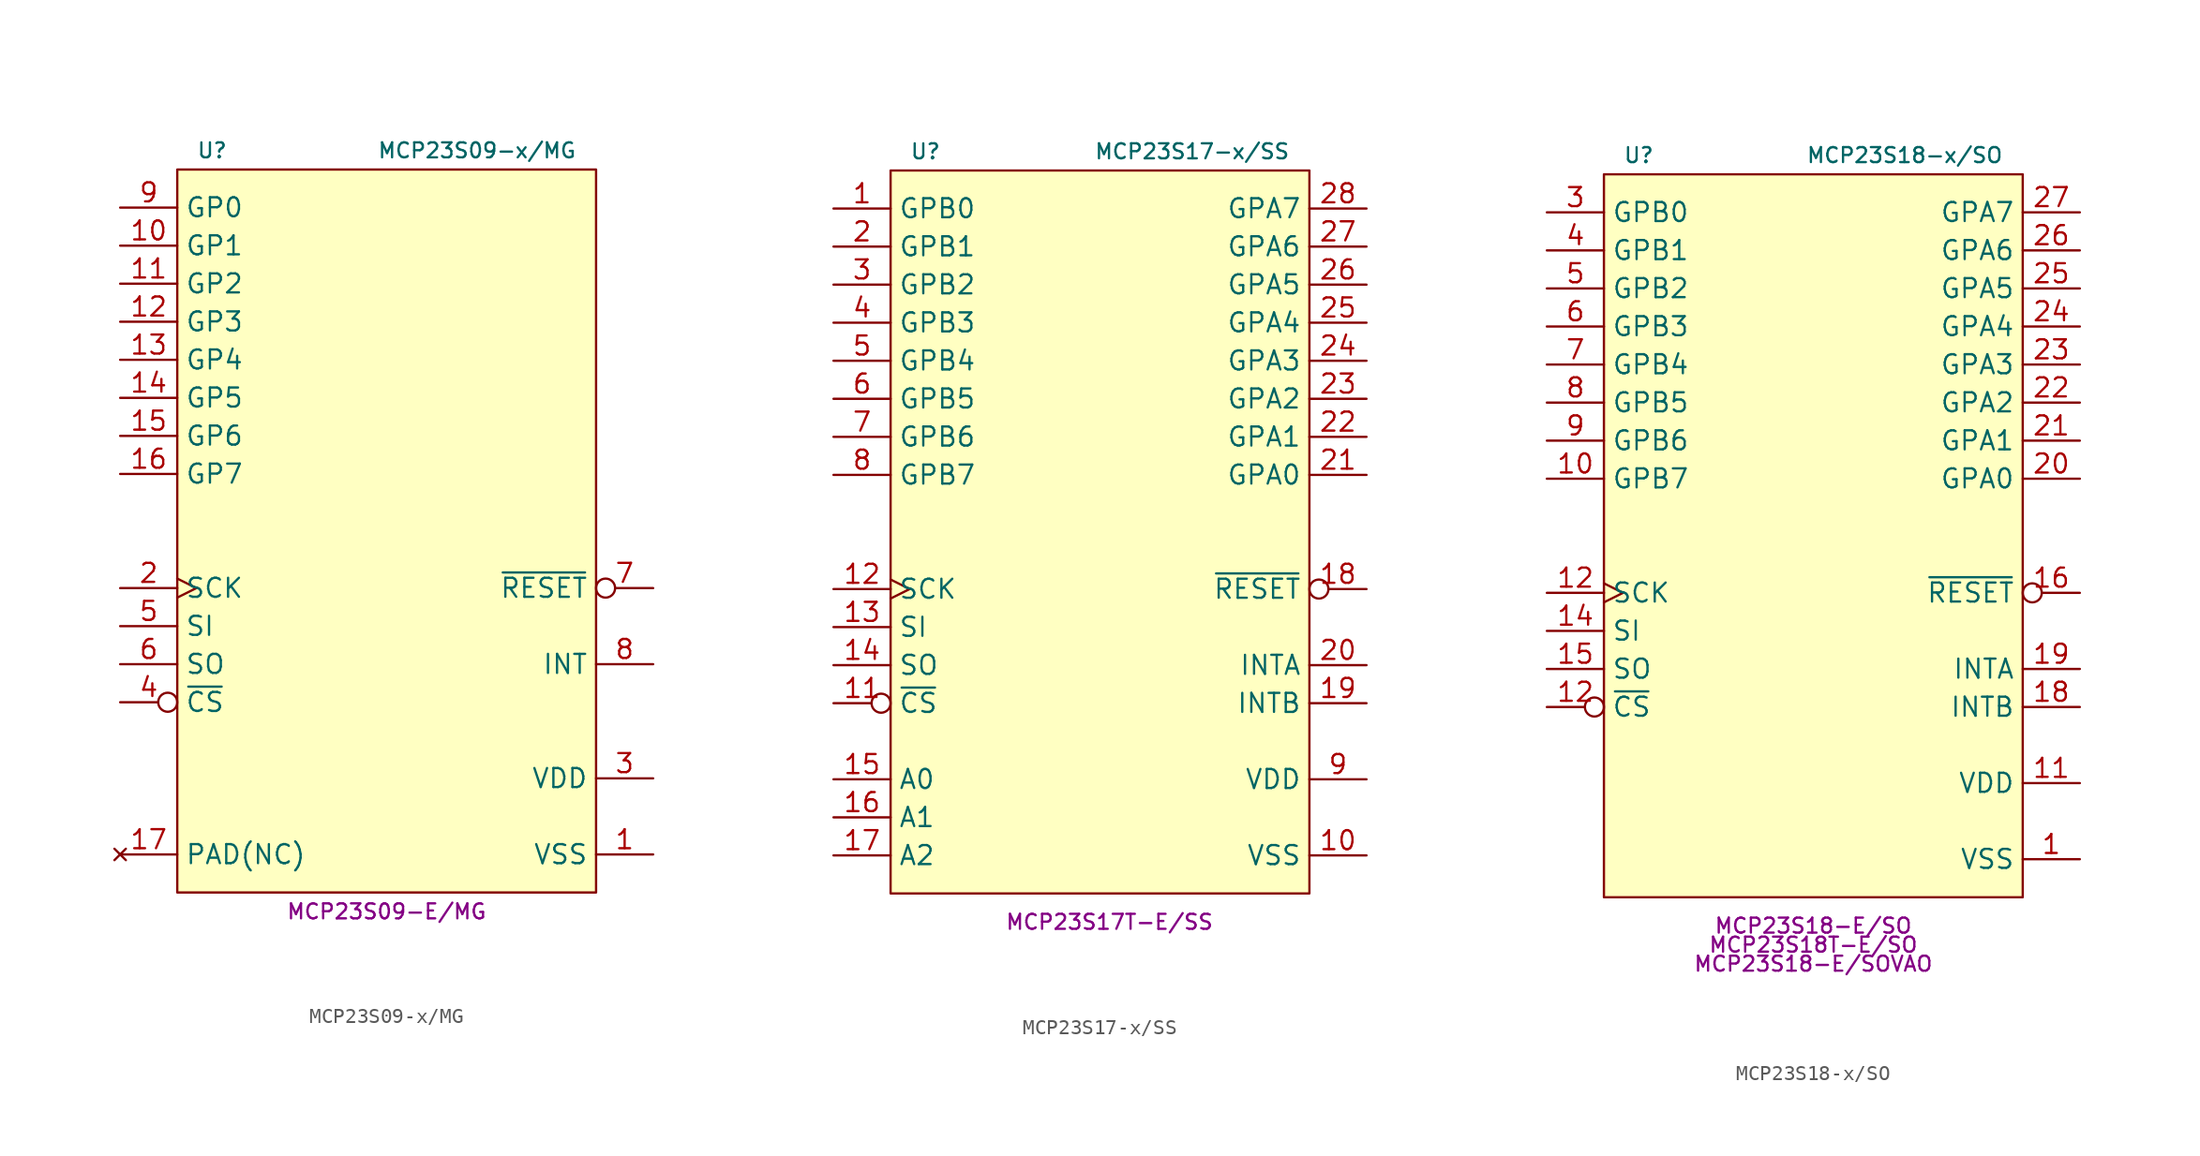
<source format=kicad_sym>
(kicad_symbol_lib
  (version 20231120)
  (generator "kicad_symbol_editor")
  (generator_version "8.0")
  (symbol "MCP23S09-x/MG"
    (property "Reference" "U"
      (at -12.7 25.4 0)
      (do_not_autoplace)
      (effects (font (size 1 1)) (justify left)))
    (property "Value" "MCP23S09-x/MG"
      (at 12.7 25.4 0)
      (do_not_autoplace)
      (effects (font (size 1 1)) (justify right)))
    (property "MPN" "MCP23S09-E/MG"
      (at 0 -25.4 0)
      (do_not_autoplace)
      (effects (font (size 1 1))))
    (symbol "MCP23S09-x/MG_1_1"
      (rectangle (start -13.97 24.13) (end 13.97 -24.13) (stroke (width 0) (type default)) (fill (type background)))
      (pin power_in line (at 17.78 -21.59 180) (length 3.81) (name "VSS" (effects (font (size 1.27 1.27)))) (number "1" (effects (font (size 1.27 1.27)))))
      (pin open_collector line (at -17.78 19.05 0) (length 3.81) (name "GP1" (effects (font (size 1.27 1.27)))) (number "10" (effects (font (size 1.27 1.27)))))
      (pin open_collector line (at -17.78 16.51 0) (length 3.81) (name "GP2" (effects (font (size 1.27 1.27)))) (number "11" (effects (font (size 1.27 1.27)))))
      (pin open_collector line (at -17.78 13.97 0) (length 3.81) (name "GP3" (effects (font (size 1.27 1.27)))) (number "12" (effects (font (size 1.27 1.27)))))
      (pin open_collector line (at -17.78 11.43 0) (length 3.81) (name "GP4" (effects (font (size 1.27 1.27)))) (number "13" (effects (font (size 1.27 1.27)))))
      (pin open_collector line (at -17.78 8.89 0) (length 3.81) (name "GP5" (effects (font (size 1.27 1.27)))) (number "14" (effects (font (size 1.27 1.27)))))
      (pin open_collector line (at -17.78 6.35 0) (length 3.81) (name "GP6" (effects (font (size 1.27 1.27)))) (number "15" (effects (font (size 1.27 1.27)))))
      (pin open_collector line (at -17.78 3.81 0) (length 3.81) (name "GP7" (effects (font (size 1.27 1.27)))) (number "16" (effects (font (size 1.27 1.27)))))
      (pin no_connect line (at -17.78 -21.59 0) (length 3.81) (name "PAD(NC)" (effects (font (size 1.27 1.27)))) (number "17" (effects (font (size 1.27 1.27)))))
      (pin input clock (at -17.78 -3.81 0) (length 3.81) (name "SCK" (effects (font (size 1.27 1.27)))) (number "2" (effects (font (size 1.27 1.27)))))
      (pin power_in line (at 17.78 -16.51 180) (length 3.81) (name "VDD" (effects (font (size 1.27 1.27)))) (number "3" (effects (font (size 1.27 1.27)))))
      (pin input inverted (at -17.78 -11.43 0) (length 3.81) (name "~{CS}" (effects (font (size 1.27 1.27)))) (number "4" (effects (font (size 1.27 1.27)))))
      (pin input line (at -17.78 -6.35 0) (length 3.81) (name "SI" (effects (font (size 1.27 1.27)))) (number "5" (effects (font (size 1.27 1.27)))))
      (pin output line (at -17.78 -8.89 0) (length 3.81) (name "SO" (effects (font (size 1.27 1.27)))) (number "6" (effects (font (size 1.27 1.27)))))
      (pin input inverted (at 17.78 -3.81 180) (length 3.81) (name "~{RESET}" (effects (font (size 1.27 1.27)))) (number "7" (effects (font (size 1.27 1.27)))))
      (pin output line (at 17.78 -8.89 180) (length 3.81) (name "INT" (effects (font (size 1.27 1.27)))) (number "8" (effects (font (size 1.27 1.27)))))
      (pin open_collector line (at -17.78 21.59 0) (length 3.81) (name "GP0" (effects (font (size 1.27 1.27)))) (number "9" (effects (font (size 1.27 1.27)))))))
  (symbol "MCP23S17-x/SS"
    (property "Reference" "U"
      (at -12.7 25.4 0)
      (do_not_autoplace)
      (effects (font (size 1 1)) (justify left)))
    (property "Value" "MCP23S17-x/SS"
      (at 12.7 25.4 0)
      (do_not_autoplace)
      (effects (font (size 1 1)) (justify right)))
    (property "MPN" "MCP23S17T-E/SS"
      (at 0.635 -26.035 0)
      (do_not_autoplace)
      (effects (font (size 1 1))))
    (symbol "MCP23S17-x/SS_1_1"
      (rectangle (start -13.97 24.13) (end 13.97 -24.13) (stroke (width 0) (type default)) (fill (type background)))
      (pin bidirectional line (at -17.78 21.59 0) (length 3.81) (name "GPB0" (effects (font (size 1.27 1.27)))) (number "1" (effects (font (size 1.27 1.27)))))
      (pin power_in line (at 17.78 -21.59 180) (length 3.81) (name "VSS" (effects (font (size 1.27 1.27)))) (number "10" (effects (font (size 1.27 1.27)))))
      (pin input inverted (at -17.78 -11.43 0) (length 3.81) (name "~{CS}" (effects (font (size 1.27 1.27)))) (number "11" (effects (font (size 1.27 1.27)))))
      (pin input clock (at -17.78 -3.81 0) (length 3.81) (name "SCK" (effects (font (size 1.27 1.27)))) (number "12" (effects (font (size 1.27 1.27)))))
      (pin input line (at -17.78 -6.35 0) (length 3.81) (name "SI" (effects (font (size 1.27 1.27)))) (number "13" (effects (font (size 1.27 1.27)))))
      (pin output line (at -17.78 -8.89 0) (length 3.81) (name "SO" (effects (font (size 1.27 1.27)))) (number "14" (effects (font (size 1.27 1.27)))))
      (pin input line (at -17.78 -16.51 0) (length 3.81) (name "A0" (effects (font (size 1.27 1.27)))) (number "15" (effects (font (size 1.27 1.27)))))
      (pin input line (at -17.78 -19.05 0) (length 3.81) (name "A1" (effects (font (size 1.27 1.27)))) (number "16" (effects (font (size 1.27 1.27)))))
      (pin input line (at -17.78 -21.59 0) (length 3.81) (name "A2" (effects (font (size 1.27 1.27)))) (number "17" (effects (font (size 1.27 1.27)))))
      (pin input inverted (at 17.78 -3.81 180) (length 3.81) (name "~{RESET}" (effects (font (size 1.27 1.27)))) (number "18" (effects (font (size 1.27 1.27)))))
      (pin output line (at 17.78 -11.43 180) (length 3.81) (name "INTB" (effects (font (size 1.27 1.27)))) (number "19" (effects (font (size 1.27 1.27)))))
      (pin bidirectional line (at -17.78 19.05 0) (length 3.81) (name "GPB1" (effects (font (size 1.27 1.27)))) (number "2" (effects (font (size 1.27 1.27)))))
      (pin output line (at 17.78 -8.89 180) (length 3.81) (name "INTA" (effects (font (size 1.27 1.27)))) (number "20" (effects (font (size 1.27 1.27)))))
      (pin bidirectional line (at 17.78 3.81 180) (length 3.81) (name "GPA0" (effects (font (size 1.27 1.27)))) (number "21" (effects (font (size 1.27 1.27)))))
      (pin bidirectional line (at 17.78 6.35 180) (length 3.81) (name "GPA1" (effects (font (size 1.27 1.27)))) (number "22" (effects (font (size 1.27 1.27)))))
      (pin bidirectional line (at 17.78 8.89 180) (length 3.81) (name "GPA2" (effects (font (size 1.27 1.27)))) (number "23" (effects (font (size 1.27 1.27)))))
      (pin bidirectional line (at 17.78 11.43 180) (length 3.81) (name "GPA3" (effects (font (size 1.27 1.27)))) (number "24" (effects (font (size 1.27 1.27)))))
      (pin bidirectional line (at 17.78 13.97 180) (length 3.81) (name "GPA4" (effects (font (size 1.27 1.27)))) (number "25" (effects (font (size 1.27 1.27)))))
      (pin bidirectional line (at 17.78 16.51 180) (length 3.81) (name "GPA5" (effects (font (size 1.27 1.27)))) (number "26" (effects (font (size 1.27 1.27)))))
      (pin bidirectional line (at 17.78 19.05 180) (length 3.81) (name "GPA6" (effects (font (size 1.27 1.27)))) (number "27" (effects (font (size 1.27 1.27)))))
      (pin bidirectional line (at 17.78 21.59 180) (length 3.81) (name "GPA7" (effects (font (size 1.27 1.27)))) (number "28" (effects (font (size 1.27 1.27)))))
      (pin bidirectional line (at -17.78 16.51 0) (length 3.81) (name "GPB2" (effects (font (size 1.27 1.27)))) (number "3" (effects (font (size 1.27 1.27)))))
      (pin bidirectional line (at -17.78 13.97 0) (length 3.81) (name "GPB3" (effects (font (size 1.27 1.27)))) (number "4" (effects (font (size 1.27 1.27)))))
      (pin bidirectional line (at -17.78 11.43 0) (length 3.81) (name "GPB4" (effects (font (size 1.27 1.27)))) (number "5" (effects (font (size 1.27 1.27)))))
      (pin bidirectional line (at -17.78 8.89 0) (length 3.81) (name "GPB5" (effects (font (size 1.27 1.27)))) (number "6" (effects (font (size 1.27 1.27)))))
      (pin bidirectional line (at -17.78 6.35 0) (length 3.81) (name "GPB6" (effects (font (size 1.27 1.27)))) (number "7" (effects (font (size 1.27 1.27)))))
      (pin bidirectional line (at -17.78 3.81 0) (length 3.81) (name "GPB7" (effects (font (size 1.27 1.27)))) (number "8" (effects (font (size 1.27 1.27)))))
      (pin power_in line (at 17.78 -16.51 180) (length 3.81) (name "VDD" (effects (font (size 1.27 1.27)))) (number "9" (effects (font (size 1.27 1.27)))))))
  (symbol "MCP23S18-x/SO"
    (property "Reference" "U"
      (at -12.7 25.4 0)
      (do_not_autoplace)
      (effects (font (size 1 1)) (justify left)))
    (property "Value" "MCP23S18-x/SO"
      (at 12.7 25.4 0)
      (do_not_autoplace)
      (effects (font (size 1 1)) (justify right)))
    (property "MPN" "MCP23S18-E/SO"
      (at 0 -26.035 0)
      (do_not_autoplace)
      (effects (font (size 1 1))))
    (property "MPN2" "MCP23S18T-E/SO"
      (at 0 -27.305 0)
      (do_not_autoplace)
      (effects (font (size 1 1))))
    (property "MPN3" "MCP23S18-E/SOVAO"
      (at 0 -28.575 0)
      (do_not_autoplace)
      (effects (font (size 1 1))))
    (symbol "MCP23S18-x/SO_1_1"
      (rectangle (start -13.97 24.13) (end 13.97 -24.13) (stroke (width 0) (type default)) (fill (type background)))
      (pin power_in line (at 17.78 -21.59 180) (length 3.81) (name "VSS" (effects (font (size 1.27 1.27)))) (number "1" (effects (font (size 1.27 1.27)))))
      (pin open_collector line (at -17.78 3.81 0) (length 3.81) (name "GPB7" (effects (font (size 1.27 1.27)))) (number "10" (effects (font (size 1.27 1.27)))))
      (pin power_in line (at 17.78 -16.51 180) (length 3.81) (name "VDD" (effects (font (size 1.27 1.27)))) (number "11" (effects (font (size 1.27 1.27)))))
      (pin input clock (at -17.78 -3.81 0) (length 3.81) (name "SCK" (effects (font (size 1.27 1.27)))) (number "12" (effects (font (size 1.27 1.27)))))
      (pin input inverted (at -17.78 -11.43 0) (length 3.81) (name "~{CS}" (effects (font (size 1.27 1.27)))) (number "12" (effects (font (size 1.27 1.27)))))
      (pin input line (at -17.78 -6.35 0) (length 3.81) (name "SI" (effects (font (size 1.27 1.27)))) (number "14" (effects (font (size 1.27 1.27)))))
      (pin output line (at -17.78 -8.89 0) (length 3.81) (name "SO" (effects (font (size 1.27 1.27)))) (number "15" (effects (font (size 1.27 1.27)))))
      (pin input inverted (at 17.78 -3.81 180) (length 3.81) (name "~{RESET}" (effects (font (size 1.27 1.27)))) (number "16" (effects (font (size 1.27 1.27)))))
      (pin output line (at 17.78 -11.43 180) (length 3.81) (name "INTB" (effects (font (size 1.27 1.27)))) (number "18" (effects (font (size 1.27 1.27)))))
      (pin output line (at 17.78 -8.89 180) (length 3.81) (name "INTA" (effects (font (size 1.27 1.27)))) (number "19" (effects (font (size 1.27 1.27)))))
      (pin open_collector line (at 17.78 3.81 180) (length 3.81) (name "GPA0" (effects (font (size 1.27 1.27)))) (number "20" (effects (font (size 1.27 1.27)))))
      (pin open_collector line (at 17.78 6.35 180) (length 3.81) (name "GPA1" (effects (font (size 1.27 1.27)))) (number "21" (effects (font (size 1.27 1.27)))))
      (pin open_collector line (at 17.78 8.89 180) (length 3.81) (name "GPA2" (effects (font (size 1.27 1.27)))) (number "22" (effects (font (size 1.27 1.27)))))
      (pin open_collector line (at 17.78 11.43 180) (length 3.81) (name "GPA3" (effects (font (size 1.27 1.27)))) (number "23" (effects (font (size 1.27 1.27)))))
      (pin open_collector line (at 17.78 13.97 180) (length 3.81) (name "GPA4" (effects (font (size 1.27 1.27)))) (number "24" (effects (font (size 1.27 1.27)))))
      (pin open_collector line (at 17.78 16.51 180) (length 3.81) (name "GPA5" (effects (font (size 1.27 1.27)))) (number "25" (effects (font (size 1.27 1.27)))))
      (pin open_collector line (at 17.78 19.05 180) (length 3.81) (name "GPA6" (effects (font (size 1.27 1.27)))) (number "26" (effects (font (size 1.27 1.27)))))
      (pin open_collector line (at 17.78 21.59 180) (length 3.81) (name "GPA7" (effects (font (size 1.27 1.27)))) (number "27" (effects (font (size 1.27 1.27)))))
      (pin open_collector line (at -17.78 21.59 0) (length 3.81) (name "GPB0" (effects (font (size 1.27 1.27)))) (number "3" (effects (font (size 1.27 1.27)))))
      (pin open_collector line (at -17.78 19.05 0) (length 3.81) (name "GPB1" (effects (font (size 1.27 1.27)))) (number "4" (effects (font (size 1.27 1.27)))))
      (pin open_collector line (at -17.78 16.51 0) (length 3.81) (name "GPB2" (effects (font (size 1.27 1.27)))) (number "5" (effects (font (size 1.27 1.27)))))
      (pin open_collector line (at -17.78 13.97 0) (length 3.81) (name "GPB3" (effects (font (size 1.27 1.27)))) (number "6" (effects (font (size 1.27 1.27)))))
      (pin open_collector line (at -17.78 11.43 0) (length 3.81) (name "GPB4" (effects (font (size 1.27 1.27)))) (number "7" (effects (font (size 1.27 1.27)))))
      (pin open_collector line (at -17.78 8.89 0) (length 3.81) (name "GPB5" (effects (font (size 1.27 1.27)))) (number "8" (effects (font (size 1.27 1.27)))))
      (pin open_collector line (at -17.78 6.35 0) (length 3.81) (name "GPB6" (effects (font (size 1.27 1.27)))) (number "9" (effects (font (size 1.27 1.27))))))))
</source>
